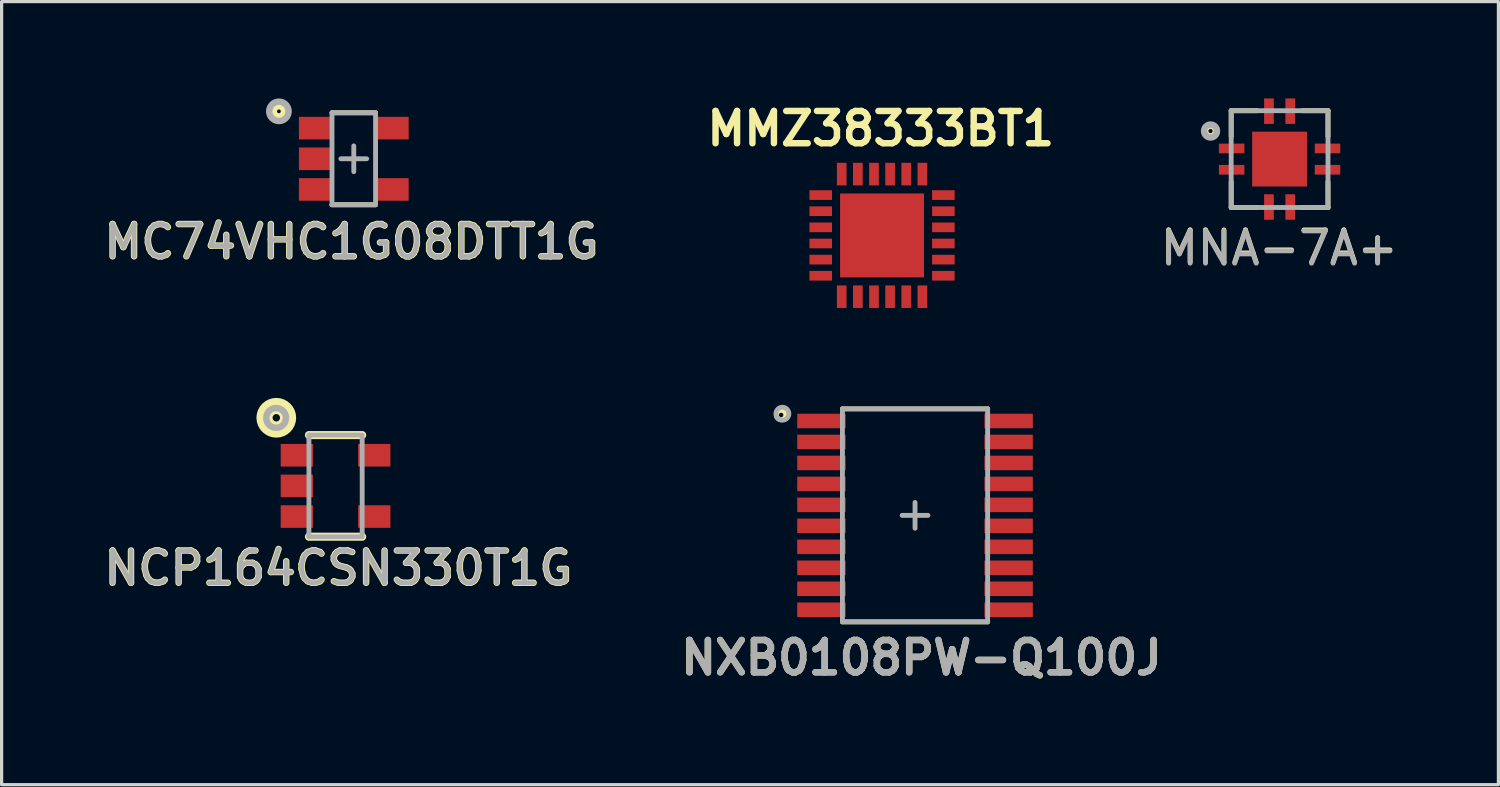
<source format=kicad_pcb>
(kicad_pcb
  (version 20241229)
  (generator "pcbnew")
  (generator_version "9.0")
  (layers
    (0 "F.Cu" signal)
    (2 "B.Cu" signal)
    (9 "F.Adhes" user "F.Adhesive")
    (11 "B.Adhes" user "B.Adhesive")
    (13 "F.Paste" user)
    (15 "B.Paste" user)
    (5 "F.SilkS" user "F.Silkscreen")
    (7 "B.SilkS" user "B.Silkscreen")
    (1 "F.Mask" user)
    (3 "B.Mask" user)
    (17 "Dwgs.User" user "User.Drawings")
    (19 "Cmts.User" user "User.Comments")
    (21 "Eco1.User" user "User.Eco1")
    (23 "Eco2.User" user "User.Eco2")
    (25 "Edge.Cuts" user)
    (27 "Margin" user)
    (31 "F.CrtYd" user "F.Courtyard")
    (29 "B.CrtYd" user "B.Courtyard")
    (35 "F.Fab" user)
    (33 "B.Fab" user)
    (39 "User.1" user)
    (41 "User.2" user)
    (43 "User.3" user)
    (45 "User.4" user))
  (footprint "NXB0108PW-Q100J"
    (layer "F.Cu")
    (at 25.305 12.92)
    (property "Reference" "NXB0108PW-Q100J" (at 0.2 4.41 0) (layer "F.SilkS") (effects (font (size 1 1) (thickness 0.2))))
    (attr through_hole)
    (fp_line (start -2.25 -3.3) (end 2.25 -3.3) (stroke (width 0.15) (type solid)) (layer "F.SilkS"))
    (fp_line (start -2.25 3.3) (end 2.25 3.3) (stroke (width 0.15) (type solid)) (layer "F.SilkS"))
    (fp_circle (center -4.15 -3.11) (end -4.043 -3.01) (stroke (width 0.152) (type solid)) (fill no) (layer "F.SilkS"))
    (fp_line (start -2.25 -3.3) (end -2.25 3.3) (stroke (width 0.15) (type solid)) (layer "F.Fab"))
    (fp_line (start -2.25 -3.3) (end 2.25 -3.3) (stroke (width 0.15) (type solid)) (layer "F.Fab"))
    (fp_line (start -2.25 3.3) (end 2.25 3.3) (stroke (width 0.15) (type solid)) (layer "F.Fab"))
    (fp_line (start -0.4 0) (end 0.4 0) (stroke (width 0.15) (type solid)) (layer "F.Fab"))
    (fp_line (start 0 -0.4) (end 0 0.4) (stroke (width 0.15) (type solid)) (layer "F.Fab"))
    (fp_line (start 2.25 -3.3) (end 2.25 3.3) (stroke (width 0.15) (type solid)) (layer "F.Fab"))
    (fp_circle (center -4.11 -3.15) (end -3.91 -3.15) (stroke (width 0.15) (type solid)) (fill no) (layer "F.Fab"))
    (fp_text user "${REFERENCE}" (at 0.2 4.41 0) (layer "F.Fab") (effects (font (size 1 1) (thickness 0.2))))
    (pad "1" smd rect (at -2.9 -2.925) (size 1.5 0.45) (layers "F.Cu" "F.Mask" "F.Paste"))
    (pad "2" smd rect (at -2.9 -2.275) (size 1.5 0.45) (layers "F.Cu" "F.Mask" "F.Paste"))
    (pad "3" smd rect (at -2.9 -1.625) (size 1.5 0.45) (layers "F.Cu" "F.Mask" "F.Paste"))
    (pad "4" smd rect (at -2.9 -0.975) (size 1.5 0.45) (layers "F.Cu" "F.Mask" "F.Paste"))
    (pad "5" smd rect (at -2.9 -0.325) (size 1.5 0.45) (layers "F.Cu" "F.Mask" "F.Paste"))
    (pad "6" smd rect (at -2.9 0.325) (size 1.5 0.45) (layers "F.Cu" "F.Mask" "F.Paste"))
    (pad "7" smd rect (at -2.9 0.975) (size 1.5 0.45) (layers "F.Cu" "F.Mask" "F.Paste"))
    (pad "8" smd rect (at -2.9 1.625) (size 1.5 0.45) (layers "F.Cu" "F.Mask" "F.Paste"))
    (pad "9" smd rect (at -2.9 2.275) (size 1.5 0.45) (layers "F.Cu" "F.Mask" "F.Paste"))
    (pad "10" smd rect (at -2.9 2.925) (size 1.5 0.45) (layers "F.Cu" "F.Mask" "F.Paste"))
    (pad "11" smd rect (at 2.9 2.925) (size 1.5 0.45) (layers "F.Cu" "F.Mask" "F.Paste"))
    (pad "12" smd rect (at 2.9 2.275) (size 1.5 0.45) (layers "F.Cu" "F.Mask" "F.Paste"))
    (pad "13" smd rect (at 2.9 1.625) (size 1.5 0.45) (layers "F.Cu" "F.Mask" "F.Paste"))
    (pad "14" smd rect (at 2.9 0.975) (size 1.5 0.45) (layers "F.Cu" "F.Mask" "F.Paste"))
    (pad "15" smd rect (at 2.9 0.325) (size 1.5 0.45) (layers "F.Cu" "F.Mask" "F.Paste"))
    (pad "16" smd rect (at 2.9 -0.325) (size 1.5 0.45) (layers "F.Cu" "F.Mask" "F.Paste"))
    (pad "17" smd rect (at 2.9 -0.975) (size 1.5 0.45) (layers "F.Cu" "F.Mask" "F.Paste"))
    (pad "18" smd rect (at 2.9 -1.625) (size 1.5 0.45) (layers "F.Cu" "F.Mask" "F.Paste"))
    (pad "19" smd rect (at 2.9 -2.275) (size 1.5 0.45) (layers "F.Cu" "F.Mask" "F.Paste"))
    (pad "20" smd rect (at 2.9 -2.925) (size 1.5 0.45) (layers "F.Cu" "F.Mask" "F.Paste")))
  (footprint "MNA-7A+"
    (layer "F.Cu")
    (at 36.602 1.88)
    (property "Reference" "MNA-7A+" (at -0.01 2.74 0) (layer "F.SilkS") (effects (font (size 1 1) (thickness 0.15))))
    (attr smd)
    (fp_line (start -1.5 -1.5) (end -1.5 -0.7) (stroke (width 0.15) (type solid)) (layer "F.SilkS"))
    (fp_line (start -1.5 0.7) (end -1.5 1.5) (stroke (width 0.15) (type solid)) (layer "F.SilkS"))
    (fp_line (start -0.7 -1.5) (end -1.5 -1.5) (stroke (width 0.15) (type solid)) (layer "F.SilkS"))
    (fp_line (start -0.7 1.5) (end -1.5 1.5) (stroke (width 0.15) (type solid)) (layer "F.SilkS"))
    (fp_line (start 1.5 -1.5) (end 0.7 -1.5) (stroke (width 0.15) (type solid)) (layer "F.SilkS"))
    (fp_line (start 1.5 -1.5) (end 1.5 -0.7) (stroke (width 0.15) (type solid)) (layer "F.SilkS"))
    (fp_line (start 1.5 0.7) (end 1.5 1.5) (stroke (width 0.15) (type solid)) (layer "F.SilkS"))
    (fp_line (start 1.5 1.5) (end 0.7 1.5) (stroke (width 0.15) (type solid)) (layer "F.SilkS"))
    (fp_circle (center -2.14 -0.87) (end -2.24 -0.97) (stroke (width 0.15) (type solid)) (fill no) (layer "F.SilkS"))
    (fp_line (start -1.5 -1.5) (end -1.5 1.5) (stroke (width 0.15) (type solid)) (layer "F.Fab"))
    (fp_line (start -1.5 -1.5) (end 1.5 -1.5) (stroke (width 0.15) (type solid)) (layer "F.Fab"))
    (fp_line (start 1.5 1.5) (end -1.5 1.5) (stroke (width 0.15) (type solid)) (layer "F.Fab"))
    (fp_line (start 1.5 1.5) (end 1.5 -1.5) (stroke (width 0.15) (type solid)) (layer "F.Fab"))
    (fp_circle (center -2.14 -0.87) (end -2.14 -1.07) (stroke (width 0.2) (type solid)) (fill no) (layer "F.Fab"))
    (fp_text user "${REFERENCE}" (at -0.01 2.77 0) (layer "F.Fab") (effects (font (size 1 1) (thickness 0.15))))
    (pad "1" smd rect (at -1.485 -0.33) (size 0.79 0.3) (layers "F.Cu" "F.Mask" "F.Paste"))
    (pad "2" smd rect (at -1.485 0.33) (size 0.79 0.3) (layers "F.Cu" "F.Mask" "F.Paste"))
    (pad "3" smd rect (at -0.33 1.485) (size 0.3 0.79) (layers "F.Cu" "F.Mask" "F.Paste"))
    (pad "4" smd rect (at 0.33 1.485) (size 0.3 0.79) (layers "F.Cu" "F.Mask" "F.Paste"))
    (pad "5" smd rect (at 1.485 0.33) (size 0.79 0.3) (layers "F.Cu" "F.Mask" "F.Paste"))
    (pad "6" smd rect (at 1.485 -0.33) (size 0.79 0.3) (layers "F.Cu" "F.Mask" "F.Paste"))
    (pad "7" smd rect (at 0.33 -1.485) (size 0.3 0.79) (layers "F.Cu" "F.Mask" "F.Paste"))
    (pad "8" smd rect (at -0.33 -1.485) (size 0.3 0.79) (layers "F.Cu" "F.Mask" "F.Paste"))
    (pad "9" smd rect (at 0 0) (size 1.7 1.7) (layers "F.Cu" "F.Mask" "F.Paste")))
  (footprint "MMZ38333BT1"
    (layer "F.Cu")
    (at 24.283 4.245)
    (property "Reference" "MMZ38333BT1" (at -0.041 -3.309 0) (layer "F.SilkS") (effects (font (size 1 1) (thickness 0.2))))
    (attr smd)
    (pad "0" smd rect (at 0 0) (size 2.6 2.6) (layers "F.Cu" "F.Mask" "F.Paste"))
    (pad "1" smd rect (at -1.9 -1.25) (size 0.7 0.3) (layers "F.Cu" "F.Mask" "F.Paste"))
    (pad "2" smd rect (at -1.9 -0.75) (size 0.7 0.3) (layers "F.Cu" "F.Mask" "F.Paste"))
    (pad "3" smd rect (at -1.9 -0.25) (size 0.7 0.3) (layers "F.Cu" "F.Mask" "F.Paste"))
    (pad "4" smd rect (at -1.9 0.25) (size 0.7 0.3) (layers "F.Cu" "F.Mask" "F.Paste"))
    (pad "5" smd rect (at -1.9 0.75) (size 0.7 0.3) (layers "F.Cu" "F.Mask" "F.Paste"))
    (pad "6" smd rect (at -1.9 1.25) (size 0.7 0.3) (layers "F.Cu" "F.Mask" "F.Paste"))
    (pad "7" smd rect (at -1.25 1.9 90) (size 0.7 0.3) (layers "F.Cu" "F.Mask" "F.Paste"))
    (pad "8" smd rect (at -0.75 1.9 90) (size 0.7 0.3) (layers "F.Cu" "F.Mask" "F.Paste"))
    (pad "9" smd rect (at -0.25 1.9 90) (size 0.7 0.3) (layers "F.Cu" "F.Mask" "F.Paste"))
    (pad "10" smd rect (at 0.25 1.9 90) (size 0.7 0.3) (layers "F.Cu" "F.Mask" "F.Paste"))
    (pad "11" smd rect (at 0.75 1.9 90) (size 0.7 0.3) (layers "F.Cu" "F.Mask" "F.Paste"))
    (pad "12" smd rect (at 1.25 1.9 90) (size 0.7 0.3) (layers "F.Cu" "F.Mask" "F.Paste"))
    (pad "13" smd rect (at 1.9 1.25) (size 0.7 0.3) (layers "F.Cu" "F.Mask" "F.Paste"))
    (pad "14" smd rect (at 1.9 0.75) (size 0.7 0.3) (layers "F.Cu" "F.Mask" "F.Paste"))
    (pad "15" smd rect (at 1.9 0.25) (size 0.7 0.3) (layers "F.Cu" "F.Mask" "F.Paste"))
    (pad "16" smd rect (at 1.9 -0.25) (size 0.7 0.3) (layers "F.Cu" "F.Mask" "F.Paste"))
    (pad "17" smd rect (at 1.9 -0.75) (size 0.7 0.3) (layers "F.Cu" "F.Mask" "F.Paste"))
    (pad "18" smd rect (at 1.9 -1.25) (size 0.7 0.3) (layers "F.Cu" "F.Mask" "F.Paste"))
    (pad "19" smd rect (at 1.25 -1.9 90) (size 0.7 0.3) (layers "F.Cu" "F.Mask" "F.Paste"))
    (pad "20" smd rect (at 0.75 -1.9 90) (size 0.7 0.3) (layers "F.Cu" "F.Mask" "F.Paste"))
    (pad "21" smd rect (at 0.25 -1.9 90) (size 0.7 0.3) (layers "F.Cu" "F.Mask" "F.Paste"))
    (pad "22" smd rect (at -0.25 -1.9 90) (size 0.7 0.3) (layers "F.Cu" "F.Mask" "F.Paste"))
    (pad "23" smd rect (at -0.75 -1.9 90) (size 0.7 0.3) (layers "F.Cu" "F.Mask" "F.Paste"))
    (pad "24" smd rect (at -1.25 -1.9 90) (size 0.7 0.3) (layers "F.Cu" "F.Mask" "F.Paste")))
  (footprint "NCP164CSN330T1G"
    (layer "F.Cu")
    (at 7.348 12.007)
    (property "Reference" "NCP164CSN330T1G" (at 0.09 2.55 0) (layer "F.SilkS") (effects (font (size 1 1) (thickness 0.2))))
    (attr smd)
    (fp_line (start -0.825 -1.575) (end 0.825 -1.575) (stroke (width 0.25) (type solid)) (layer "F.SilkS"))
    (fp_line (start -0.825 1.575) (end 0.825 1.575) (stroke (width 0.25) (type solid)) (layer "F.SilkS"))
    (fp_circle (center -1.836 -2.111) (end -1.735 -2.167) (stroke (width 0.5) (type solid)) (fill no) (layer "F.SilkS"))
    (fp_line (start -0.825 -1.575) (end 0.825 -1.575) (stroke (width 0.15) (type solid)) (layer "F.Fab"))
    (fp_line (start -0.825 1.575) (end -0.825 -1.575) (stroke (width 0.15) (type solid)) (layer "F.Fab"))
    (fp_line (start -0.825 1.575) (end 0.825 1.575) (stroke (width 0.15) (type solid)) (layer "F.Fab"))
    (fp_line (start 0.825 -1.5) (end 0.825 1.5) (stroke (width 0.15) (type solid)) (layer "F.Fab"))
    (fp_circle (center -1.841 -2.106) (end -1.646 -2.342) (stroke (width 0.2) (type solid)) (fill no) (layer "F.Fab"))
    (fp_text user "${REFERENCE}" (at 0.09 2.55 0) (layer "F.Fab") (effects (font (size 1 1) (thickness 0.15))))
    (pad "1" smd rect (at -1.2 -0.95) (size 1 0.7) (layers "F.Cu" "F.Mask" "F.Paste"))
    (pad "2" smd rect (at -1.2 0) (size 1 0.7) (layers "F.Cu" "F.Mask" "F.Paste"))
    (pad "3" smd rect (at -1.2 0.95) (size 1 0.7) (layers "F.Cu" "F.Mask" "F.Paste"))
    (pad "4" smd rect (at 1.2 0.95) (size 1 0.7) (layers "F.Cu" "F.Mask" "F.Paste"))
    (pad "5" smd rect (at 1.2 -0.95) (size 1 0.7) (layers "F.Cu" "F.Mask" "F.Paste")))
  (footprint "MC74VHC1G08DTT1G"
    (layer "F.Cu")
    (at 7.913 1.87)
    (property "Reference" "MC74VHC1G08DTT1G" (at -0.07 2.57 0) (layer "F.SilkS") (effects (font (size 1 1) (thickness 0.2))))
    (attr through_hole)
    (fp_line (start -0.675 -1.425) (end 0.675 -1.425) (stroke (width 0.15) (type solid)) (layer "F.SilkS"))
    (fp_line (start -0.675 1.425) (end 0.675 1.425) (stroke (width 0.15) (type solid)) (layer "F.SilkS"))
    (fp_circle (center -2.32 -1.47) (end -2.17 -1.42) (stroke (width 0.2) (type solid)) (fill no) (layer "F.SilkS"))
    (fp_line (start -0.675 -1.425) (end -0.675 1.425) (stroke (width 0.15) (type solid)) (layer "F.Fab"))
    (fp_line (start -0.675 -1.425) (end 0.675 -1.425) (stroke (width 0.15) (type solid)) (layer "F.Fab"))
    (fp_line (start -0.675 1.425) (end 0.675 1.425) (stroke (width 0.15) (type solid)) (layer "F.Fab"))
    (fp_line (start -0.4 0) (end 0.4 0) (stroke (width 0.15) (type solid)) (layer "F.Fab"))
    (fp_line (start 0 -0.4) (end 0 0.4) (stroke (width 0.15) (type solid)) (layer "F.Fab"))
    (fp_line (start 0.675 -1.425) (end 0.675 1.425) (stroke (width 0.15) (type solid)) (layer "F.Fab"))
    (fp_circle (center -2.32 -1.47) (end -2.02 -1.47) (stroke (width 0.2) (type solid)) (fill no) (layer "F.Fab"))
    (fp_text user "${REFERENCE}" (at -0.07 2.57 0) (layer "F.Fab") (effects (font (size 1 1) (thickness 0.15))))
    (pad "1" smd rect (at -1.2 -0.95) (size 1 0.7) (layers "F.Cu" "F.Mask" "F.Paste"))
    (pad "2" smd rect (at -1.2 0) (size 1 0.7) (layers "F.Cu" "F.Mask" "F.Paste"))
    (pad "3" smd rect (at -1.2 0.95) (size 1 0.7) (layers "F.Cu" "F.Mask" "F.Paste"))
    (pad "4" smd rect (at 1.2 0.95) (size 1 0.7) (layers "F.Cu" "F.Mask" "F.Paste"))
    (pad "5" smd rect (at 1.2 -0.95) (size 1 0.7) (layers "F.Cu" "F.Mask" "F.Paste")))
  (gr_rect
    (start -3 -3)
    (end 43.383 21.266)
    (stroke (width 0.1) (type default))
    (fill no)
    (layer "Edge.Cuts")))
</source>
